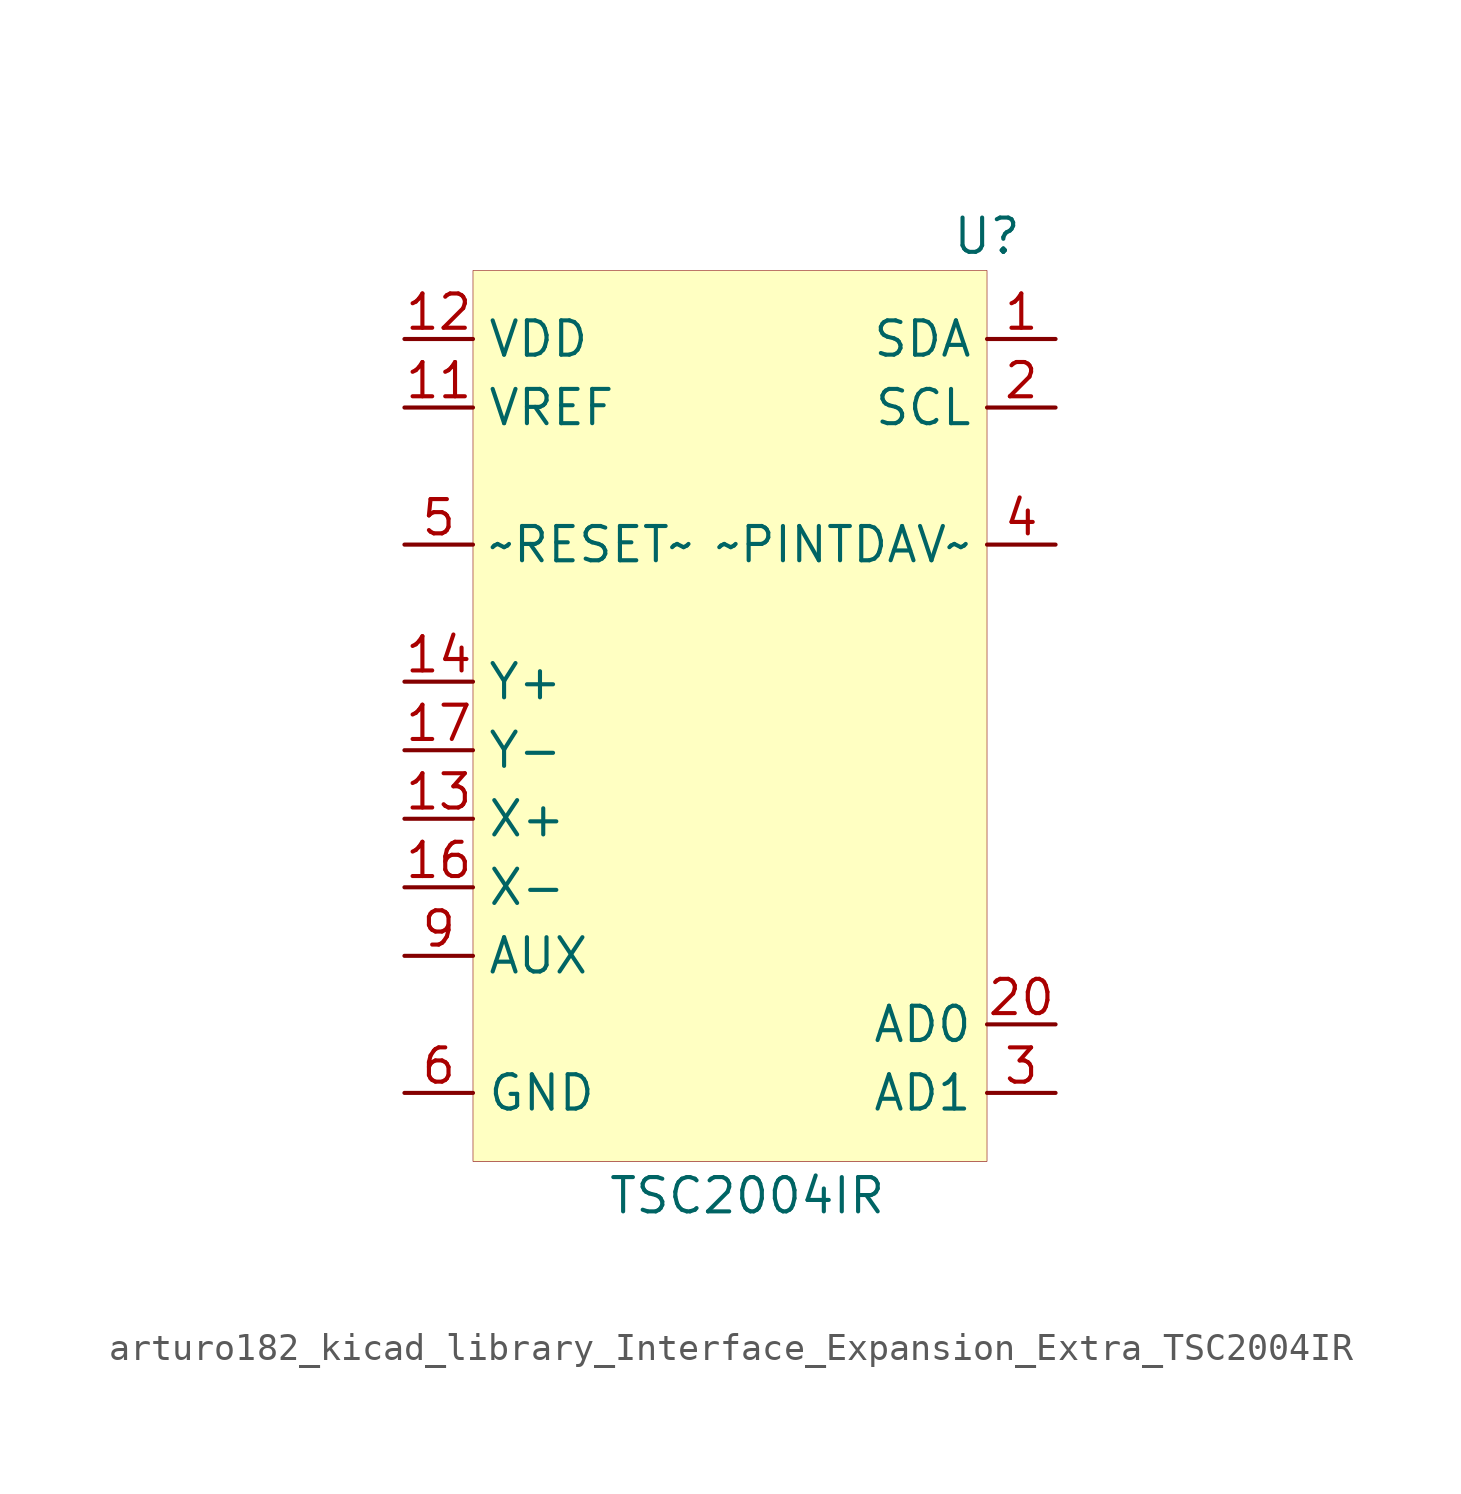
<source format=kicad_sym>
(kicad_symbol_lib
  (version 20220914)
  (generator kicad_symbol_editor)
  (symbol "Interface_Expansion_Extra:arturo182_kicad_library_Interface_Expansion_Extra_TSC2004IR"
    (property "Reference" "U"
      (at 10.16 17.78 0)
      (effects (font (size 1.27 1.27))))
    (property "Value" "TSC2004IR"
      (at 1.27 -17.78 0)
      (effects (font (size 1.27 1.27))))
    (symbol "arturo182_kicad_library_Interface_Expansion_Extra_TSC2004IR_0_0"
      (pin bidirectional line (at 12.7 13.97 180) (length 2.54) (name "SDA" (effects (font (size 1.27 1.27)))) (number "1" (effects (font (size 1.27 1.27)))))
      (pin input line (at 12.7 11.43 180) (length 2.54) (name "SCL" (effects (font (size 1.27 1.27)))) (number "2" (effects (font (size 1.27 1.27)))))
      (pin input line (at 12.7 -13.97 180) (length 2.54) (name "AD1" (effects (font (size 1.27 1.27)))) (number "3" (effects (font (size 1.27 1.27)))))
      (pin output line (at 12.7 6.35 180) (length 2.54) (name "~PINTDAV~" (effects (font (size 1.27 1.27)))) (number "4" (effects (font (size 1.27 1.27)))))
      (pin input line (at -11.43 6.35 0) (length 2.54) (name "~RESET~" (effects (font (size 1.27 1.27)))) (number "5" (effects (font (size 1.27 1.27)))))
      (pin power_in line (at -11.43 -13.97 0) (length 2.54) (name "GND" (effects (font (size 1.27 1.27)))) (number "6" (effects (font (size 1.27 1.27)))))
      (pin passive line (at -11.43 13.97 0) (length 2.54) hide (name "VDD" (effects (font (size 1.27 1.27)))) (number "7" (effects (font (size 1.27 1.27)))))
      (pin unconnected line (at -2.54 -1.27 0) (length 2.54) hide (name "NC" (effects (font (size 1.27 1.27)))) (number "8" (effects (font (size 1.27 1.27)))))
      (pin input line (at -11.43 -8.89 0) (length 2.54) (name "AUX" (effects (font (size 1.27 1.27)))) (number "9" (effects (font (size 1.27 1.27)))))
      (pin passive line (at -11.43 -13.97 0) (length 2.54) hide (name "GND" (effects (font (size 1.27 1.27)))) (number "10" (effects (font (size 1.27 1.27)))))
      (pin input line (at -11.43 11.43 0) (length 2.54) (name "VREF" (effects (font (size 1.27 1.27)))) (number "11" (effects (font (size 1.27 1.27)))))
      (pin power_in line (at -11.43 13.97 0) (length 2.54) (name "VDD" (effects (font (size 1.27 1.27)))) (number "12" (effects (font (size 1.27 1.27)))))
      (pin input line (at -11.43 -3.81 0) (length 2.54) (name "X+" (effects (font (size 1.27 1.27)))) (number "13" (effects (font (size 1.27 1.27)))))
      (pin input line (at -11.43 1.27 0) (length 2.54) (name "Y+" (effects (font (size 1.27 1.27)))) (number "14" (effects (font (size 1.27 1.27)))))
      (pin passive line (at -11.43 -13.97 0) (length 2.54) hide (name "GND" (effects (font (size 1.27 1.27)))) (number "15" (effects (font (size 1.27 1.27)))))
      (pin input line (at -11.43 -6.35 0) (length 2.54) (name "X-" (effects (font (size 1.27 1.27)))) (number "16" (effects (font (size 1.27 1.27)))))
      (pin input line (at -11.43 -1.27 0) (length 2.54) (name "Y-" (effects (font (size 1.27 1.27)))) (number "17" (effects (font (size 1.27 1.27)))))
      (pin passive line (at -11.43 -13.97 0) (length 2.54) hide (name "GND" (effects (font (size 1.27 1.27)))) (number "18" (effects (font (size 1.27 1.27)))))
      (pin unconnected line (at -2.54 -3.81 0) (length 2.54) hide (name "NC" (effects (font (size 1.27 1.27)))) (number "19" (effects (font (size 1.27 1.27)))))
      (pin input line (at 12.7 -11.43 180) (length 2.54) (name "AD0" (effects (font (size 1.27 1.27)))) (number "20" (effects (font (size 1.27 1.27)))))
      (pin passive line (at -11.43 -13.97 0) (length 2.54) hide (name "GND" (effects (font (size 1.27 1.27)))) (number "21" (effects (font (size 1.27 1.27))))))
    (symbol "arturo182_kicad_library_Interface_Expansion_Extra_TSC2004IR_0_1"
      (rectangle (start -8.89 16.51) (end 10.16 -16.51) (stroke (width 0.001)) (fill (type background))))))
</source>
